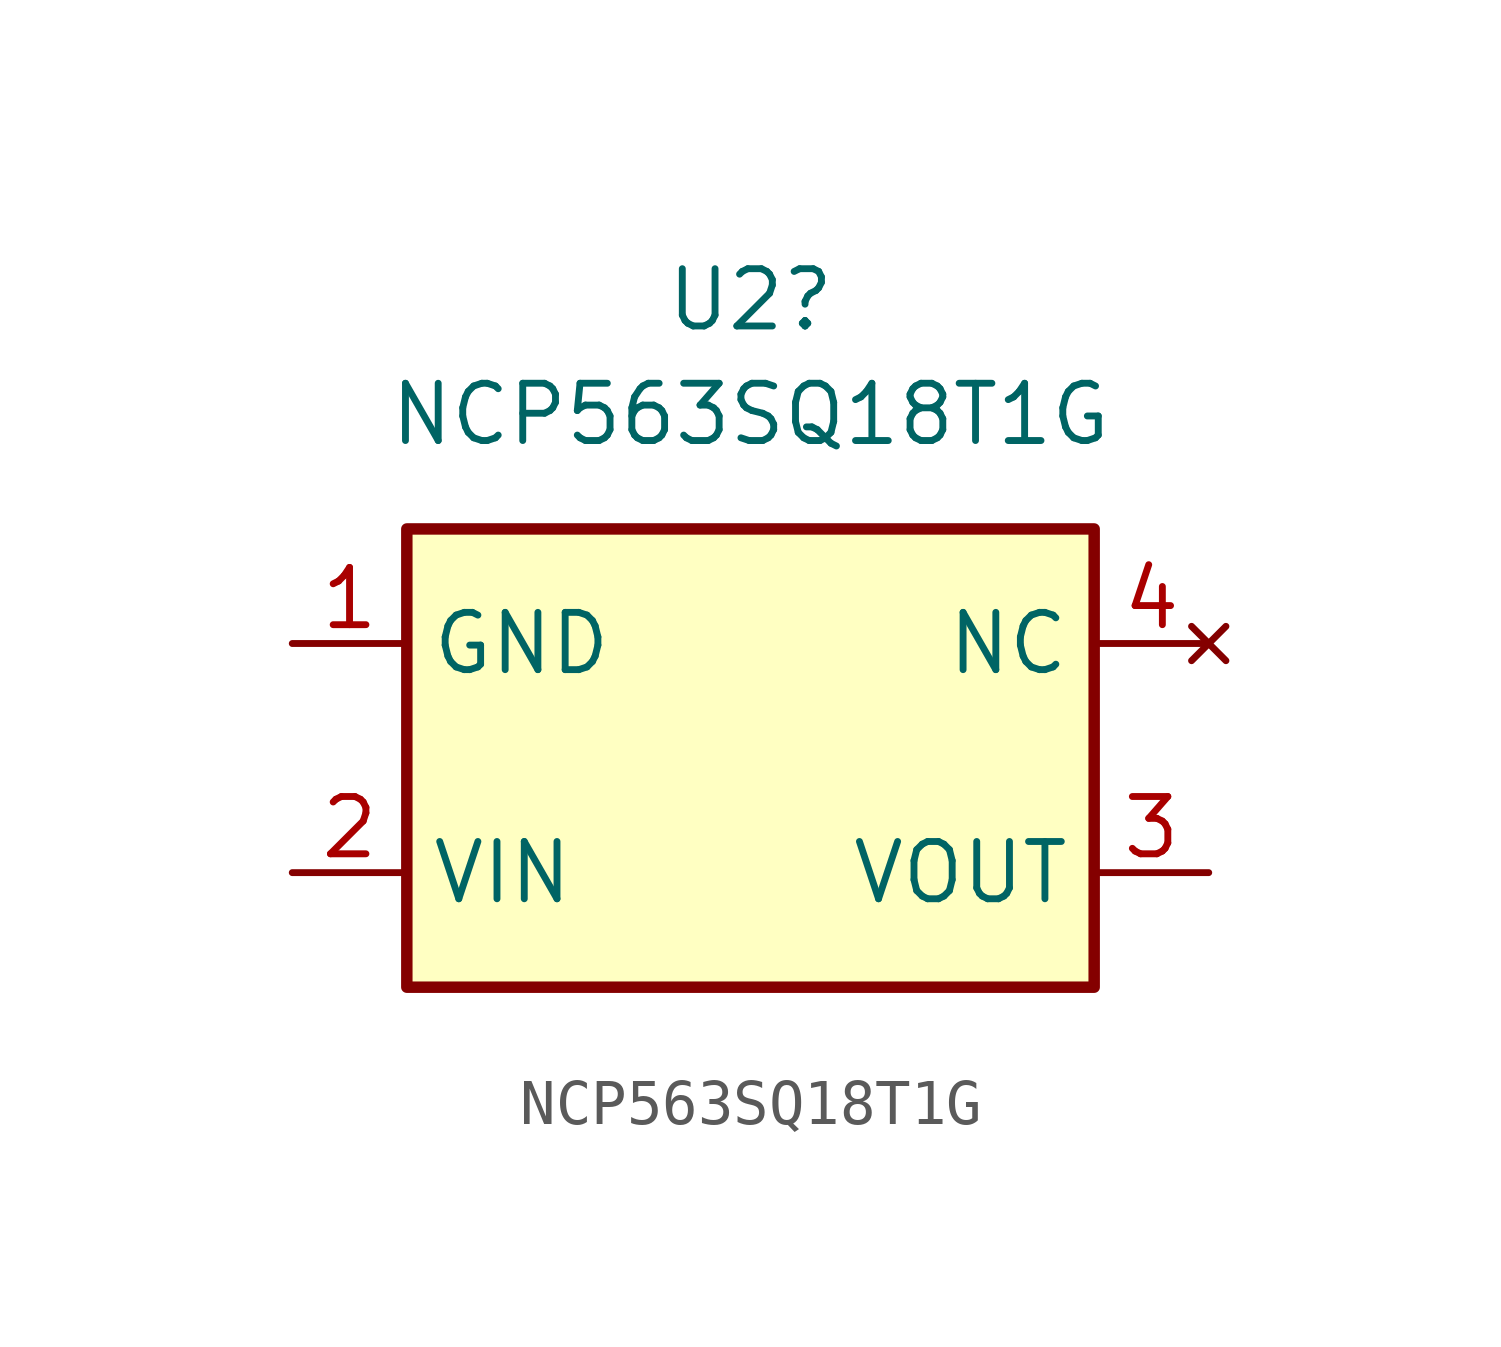
<source format=kicad_sym>
(kicad_symbol_lib
  (version 20231120)
  (generator "kicad_symbol_editor")
  (generator_version "8.0")
  (symbol "NCP563SQ18T1G"
    (property "Reference" "U2"
      (at 0 10.16 0)
      (effects (font (size 1.27 1.27))))
    (property "Value" "NCP563SQ18T1G"
      (at 0 7.62 0)
      (effects (font (size 1.27 1.27))))
    (symbol "NCP563SQ18T1G_0_1"
      (rectangle (start -7.62 5.08) (end 7.62 -5.08) (stroke (width 0.254) (type default)) (fill (type background))))
    (symbol "NCP563SQ18T1G_1_1"
      (pin power_in line (at -10.16 2.54 0) (length 2.54) (name "GND" (effects (font (size 1.27 1.27)))) (number "1" (effects (font (size 1.27 1.27)))))
      (pin power_in line (at -10.16 -2.54 0) (length 2.54) (name "VIN" (effects (font (size 1.27 1.27)))) (number "2" (effects (font (size 1.27 1.27)))))
      (pin output line (at 10.16 -2.54 180) (length 2.54) (name "VOUT" (effects (font (size 1.27 1.27)))) (number "3" (effects (font (size 1.27 1.27)))))
      (pin no_connect line (at 10.16 2.54 180) (length 2.54) (name "NC" (effects (font (size 1.27 1.27)))) (number "4" (effects (font (size 1.27 1.27))))))))
</source>
